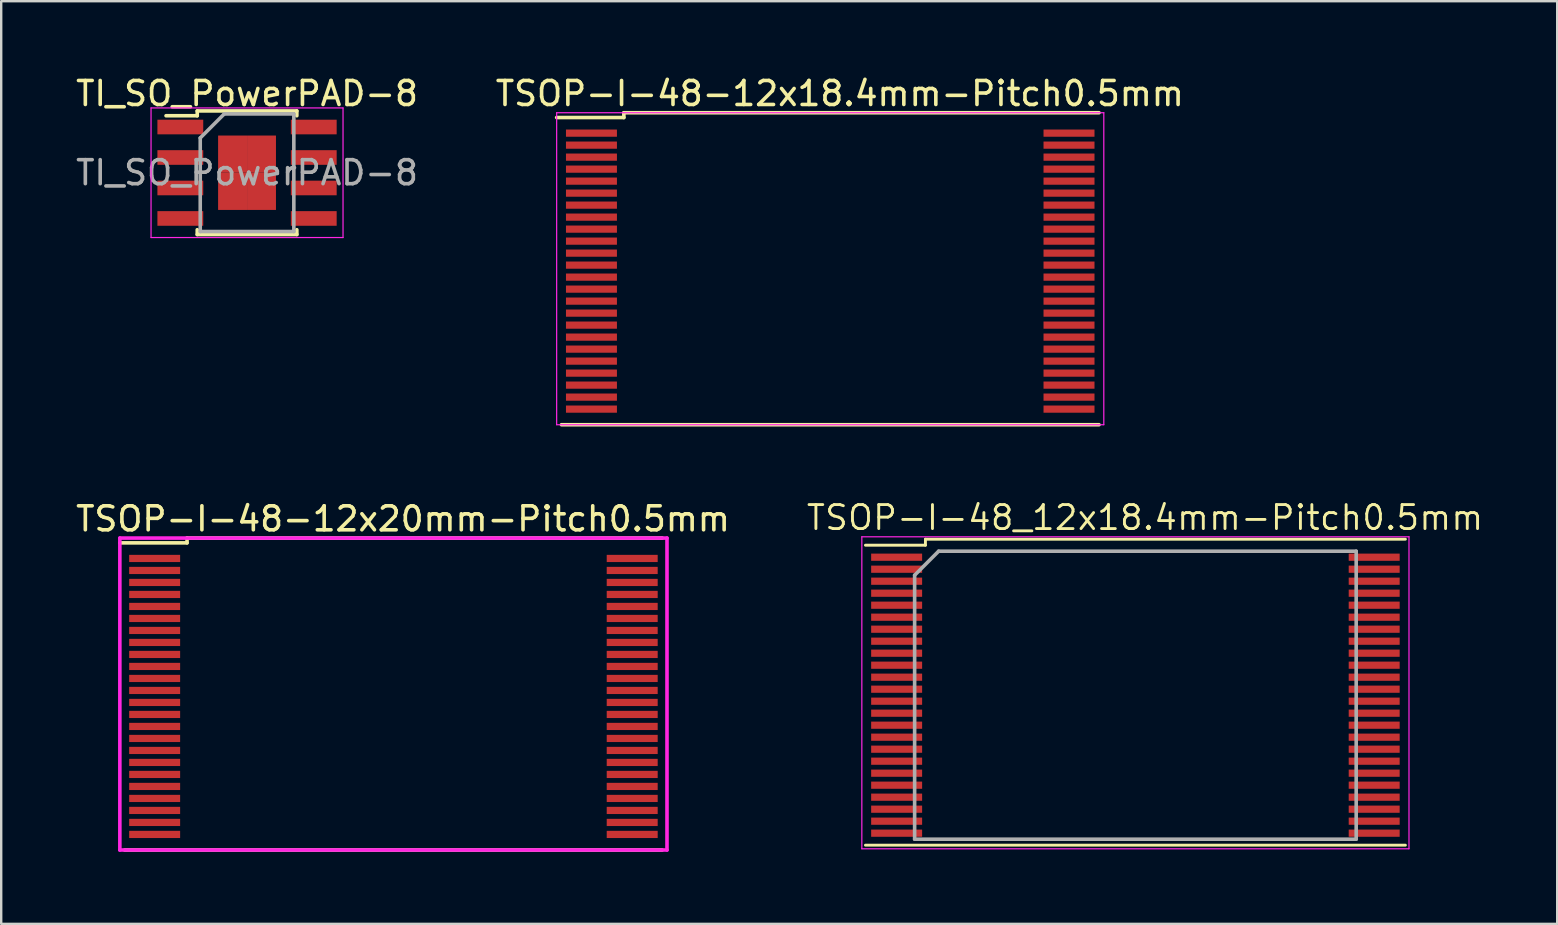
<source format=kicad_pcb>
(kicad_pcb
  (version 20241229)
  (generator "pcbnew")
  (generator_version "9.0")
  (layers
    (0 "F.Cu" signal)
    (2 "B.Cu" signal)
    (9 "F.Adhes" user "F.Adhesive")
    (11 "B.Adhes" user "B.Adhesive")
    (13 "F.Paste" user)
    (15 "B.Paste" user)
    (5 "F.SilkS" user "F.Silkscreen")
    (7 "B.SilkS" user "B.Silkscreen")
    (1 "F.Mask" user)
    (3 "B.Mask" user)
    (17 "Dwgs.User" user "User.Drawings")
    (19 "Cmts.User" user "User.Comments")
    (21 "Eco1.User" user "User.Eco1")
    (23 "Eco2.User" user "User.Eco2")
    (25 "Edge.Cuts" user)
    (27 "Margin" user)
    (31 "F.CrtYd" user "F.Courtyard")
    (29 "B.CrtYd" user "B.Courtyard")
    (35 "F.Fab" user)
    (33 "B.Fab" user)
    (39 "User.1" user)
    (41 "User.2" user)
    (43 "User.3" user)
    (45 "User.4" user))
  (footprint "TSOP-I-48-12x20mm-Pitch0.5mm"
    (layer "F.Cu")
    (at 13.344 25.971)
    (property "Reference" "TSOP-I-48-12x20mm-Pitch0.5mm" (at 0.4 -7.4 0) (layer "F.SilkS") (effects (font (size 1 1) (thickness 0.15))))
    (attr through_hole)
    (fp_line (start -11.4 -6.4) (end -8.6 -6.4) (stroke (width 0.15) (type solid)) (layer "F.SilkS"))
    (fp_line (start -11.2 6.4) (end 11.2 6.4) (stroke (width 0.15) (type solid)) (layer "F.SilkS"))
    (fp_line (start -8.6 -6.6) (end 11.2 -6.6) (stroke (width 0.15) (type solid)) (layer "F.SilkS"))
    (fp_line (start -8.6 -6.4) (end -8.6 -6.6) (stroke (width 0.15) (type solid)) (layer "F.SilkS"))
    (fp_line (start -11.4 -6.6) (end -11.4 6.4) (stroke (width 0.15) (type solid)) (layer "F.CrtYd"))
    (fp_line (start -11.4 6.4) (end 11.4 6.4) (stroke (width 0.15) (type solid)) (layer "F.CrtYd"))
    (fp_line (start 11.4 -6.6) (end -11.4 -6.6) (stroke (width 0.15) (type solid)) (layer "F.CrtYd"))
    (fp_line (start 11.4 6.4) (end 11.4 -6.6) (stroke (width 0.15) (type solid)) (layer "F.CrtYd"))
    (pad "1" smd rect (at -9.95 -5.75) (size 2.124 0.3) (layers "F.Cu" "F.Mask" "F.Paste"))
    (pad "2" smd rect (at -9.95 -5.25) (size 2.124 0.3) (layers "F.Cu" "F.Mask" "F.Paste"))
    (pad "3" smd rect (at -9.95 -4.75) (size 2.124 0.3) (layers "F.Cu" "F.Mask" "F.Paste"))
    (pad "4" smd rect (at -9.95 -4.25) (size 2.124 0.3) (layers "F.Cu" "F.Mask" "F.Paste"))
    (pad "5" smd rect (at -9.95 -3.75) (size 2.124 0.3) (layers "F.Cu" "F.Mask" "F.Paste"))
    (pad "6" smd rect (at -9.95 -3.25) (size 2.124 0.3) (layers "F.Cu" "F.Mask" "F.Paste"))
    (pad "7" smd rect (at -9.95 -2.75) (size 2.124 0.3) (layers "F.Cu" "F.Mask" "F.Paste"))
    (pad "8" smd rect (at -9.95 -2.25) (size 2.124 0.3) (layers "F.Cu" "F.Mask" "F.Paste"))
    (pad "9" smd rect (at -9.95 -1.75) (size 2.124 0.3) (layers "F.Cu" "F.Mask" "F.Paste"))
    (pad "10" smd rect (at -9.95 -1.25) (size 2.124 0.3) (layers "F.Cu" "F.Mask" "F.Paste"))
    (pad "11" smd rect (at -9.95 -0.75) (size 2.124 0.3) (layers "F.Cu" "F.Mask" "F.Paste"))
    (pad "12" smd rect (at -9.95 -0.25) (size 2.124 0.3) (layers "F.Cu" "F.Mask" "F.Paste"))
    (pad "13" smd rect (at -9.95 0.25) (size 2.124 0.3) (layers "F.Cu" "F.Mask" "F.Paste"))
    (pad "14" smd rect (at -9.95 0.75) (size 2.124 0.3) (layers "F.Cu" "F.Mask" "F.Paste"))
    (pad "15" smd rect (at -9.95 1.25) (size 2.124 0.3) (layers "F.Cu" "F.Mask" "F.Paste"))
    (pad "16" smd rect (at -9.95 1.75) (size 2.124 0.3) (layers "F.Cu" "F.Mask" "F.Paste"))
    (pad "17" smd rect (at -9.95 2.25) (size 2.124 0.3) (layers "F.Cu" "F.Mask" "F.Paste"))
    (pad "18" smd rect (at -9.95 2.75) (size 2.124 0.3) (layers "F.Cu" "F.Mask" "F.Paste"))
    (pad "19" smd rect (at -9.95 3.25) (size 2.124 0.3) (layers "F.Cu" "F.Mask" "F.Paste"))
    (pad "20" smd rect (at -9.95 3.75) (size 2.124 0.3) (layers "F.Cu" "F.Mask" "F.Paste"))
    (pad "21" smd rect (at -9.95 4.25) (size 2.124 0.3) (layers "F.Cu" "F.Mask" "F.Paste"))
    (pad "22" smd rect (at -9.95 4.75) (size 2.124 0.3) (layers "F.Cu" "F.Mask" "F.Paste"))
    (pad "23" smd rect (at -9.95 5.25) (size 2.124 0.3) (layers "F.Cu" "F.Mask" "F.Paste"))
    (pad "24" smd rect (at -9.95 5.75) (size 2.124 0.3) (layers "F.Cu" "F.Mask" "F.Paste"))
    (pad "25" smd rect (at 9.95 -5.75) (size 2.124 0.3) (layers "F.Cu" "F.Mask" "F.Paste"))
    (pad "26" smd rect (at 9.95 -5.25) (size 2.124 0.3) (layers "F.Cu" "F.Mask" "F.Paste"))
    (pad "27" smd rect (at 9.95 -4.75) (size 2.124 0.3) (layers "F.Cu" "F.Mask" "F.Paste"))
    (pad "28" smd rect (at 9.95 -4.25) (size 2.124 0.3) (layers "F.Cu" "F.Mask" "F.Paste"))
    (pad "29" smd rect (at 9.95 -3.75) (size 2.124 0.3) (layers "F.Cu" "F.Mask" "F.Paste"))
    (pad "30" smd rect (at 9.95 -3.25) (size 2.124 0.3) (layers "F.Cu" "F.Mask" "F.Paste"))
    (pad "31" smd rect (at 9.95 -2.75) (size 2.124 0.3) (layers "F.Cu" "F.Mask" "F.Paste"))
    (pad "32" smd rect (at 9.95 -2.25) (size 2.124 0.3) (layers "F.Cu" "F.Mask" "F.Paste"))
    (pad "33" smd rect (at 9.95 -1.75) (size 2.124 0.3) (layers "F.Cu" "F.Mask" "F.Paste"))
    (pad "34" smd rect (at 9.95 -1.25) (size 2.124 0.3) (layers "F.Cu" "F.Mask" "F.Paste"))
    (pad "35" smd rect (at 9.95 -0.75) (size 2.124 0.3) (layers "F.Cu" "F.Mask" "F.Paste"))
    (pad "36" smd rect (at 9.95 -0.25) (size 2.124 0.3) (layers "F.Cu" "F.Mask" "F.Paste"))
    (pad "37" smd rect (at 9.95 0.25) (size 2.124 0.3) (layers "F.Cu" "F.Mask" "F.Paste"))
    (pad "38" smd rect (at 9.95 0.75) (size 2.124 0.3) (layers "F.Cu" "F.Mask" "F.Paste"))
    (pad "39" smd rect (at 9.95 1.25) (size 2.124 0.3) (layers "F.Cu" "F.Mask" "F.Paste"))
    (pad "40" smd rect (at 9.95 1.75) (size 2.124 0.3) (layers "F.Cu" "F.Mask" "F.Paste"))
    (pad "41" smd rect (at 9.95 2.25) (size 2.124 0.3) (layers "F.Cu" "F.Mask" "F.Paste"))
    (pad "42" smd rect (at 9.95 2.75) (size 2.124 0.3) (layers "F.Cu" "F.Mask" "F.Paste"))
    (pad "43" smd rect (at 9.95 3.25) (size 2.124 0.3) (layers "F.Cu" "F.Mask" "F.Paste"))
    (pad "44" smd rect (at 9.95 3.75) (size 2.124 0.3) (layers "F.Cu" "F.Mask" "F.Paste"))
    (pad "45" smd rect (at 9.95 4.25) (size 2.124 0.3) (layers "F.Cu" "F.Mask" "F.Paste"))
    (pad "46" smd rect (at 9.95 4.75) (size 2.124 0.3) (layers "F.Cu" "F.Mask" "F.Paste"))
    (pad "47" smd rect (at 9.95 5.25) (size 2.124 0.3) (layers "F.Cu" "F.Mask" "F.Paste"))
    (pad "48" smd rect (at 9.95 5.75) (size 2.124 0.3) (layers "F.Cu" "F.Mask" "F.Paste")))
  (footprint "TSOP-I-48-12x18.4mm-Pitch0.5mm"
    (layer "F.Cu")
    (at 31.546 8.248)
    (property "Reference" "TSOP-I-48-12x18.4mm-Pitch0.5mm" (at 0.4 -7.4 0) (layer "F.SilkS") (effects (font (size 1 1) (thickness 0.15))))
    (attr smd)
    (fp_line (start -11.4 -6.4) (end -8.6 -6.4) (stroke (width 0.15) (type solid)) (layer "F.SilkS"))
    (fp_line (start -11.2 6.4) (end 11.2 6.4) (stroke (width 0.15) (type solid)) (layer "F.SilkS"))
    (fp_line (start -8.6 -6.6) (end 11.2 -6.6) (stroke (width 0.15) (type solid)) (layer "F.SilkS"))
    (fp_line (start -8.6 -6.4) (end -8.6 -6.6) (stroke (width 0.15) (type solid)) (layer "F.SilkS"))
    (fp_line (start -11.4 -6.6) (end -11.4 6.4) (stroke (width 0.05) (type solid)) (layer "F.CrtYd"))
    (fp_line (start -11.4 6.4) (end 11.4 6.4) (stroke (width 0.05) (type solid)) (layer "F.CrtYd"))
    (fp_line (start 11.4 -6.6) (end -11.4 -6.6) (stroke (width 0.05) (type solid)) (layer "F.CrtYd"))
    (fp_line (start 11.4 6.4) (end 11.4 -6.6) (stroke (width 0.05) (type solid)) (layer "F.CrtYd"))
    (pad "1" smd rect (at -9.95 -5.75) (size 2.124 0.3) (layers "F.Cu" "F.Mask" "F.Paste"))
    (pad "2" smd rect (at -9.95 -5.25) (size 2.124 0.3) (layers "F.Cu" "F.Mask" "F.Paste"))
    (pad "3" smd rect (at -9.95 -4.75) (size 2.124 0.3) (layers "F.Cu" "F.Mask" "F.Paste"))
    (pad "4" smd rect (at -9.95 -4.25) (size 2.124 0.3) (layers "F.Cu" "F.Mask" "F.Paste"))
    (pad "5" smd rect (at -9.95 -3.75) (size 2.124 0.3) (layers "F.Cu" "F.Mask" "F.Paste"))
    (pad "6" smd rect (at -9.95 -3.25) (size 2.124 0.3) (layers "F.Cu" "F.Mask" "F.Paste"))
    (pad "7" smd rect (at -9.95 -2.75) (size 2.124 0.3) (layers "F.Cu" "F.Mask" "F.Paste"))
    (pad "8" smd rect (at -9.95 -2.25) (size 2.124 0.3) (layers "F.Cu" "F.Mask" "F.Paste"))
    (pad "9" smd rect (at -9.95 -1.75) (size 2.124 0.3) (layers "F.Cu" "F.Mask" "F.Paste"))
    (pad "10" smd rect (at -9.95 -1.25) (size 2.124 0.3) (layers "F.Cu" "F.Mask" "F.Paste"))
    (pad "11" smd rect (at -9.95 -0.75) (size 2.124 0.3) (layers "F.Cu" "F.Mask" "F.Paste"))
    (pad "12" smd rect (at -9.95 -0.25) (size 2.124 0.3) (layers "F.Cu" "F.Mask" "F.Paste"))
    (pad "13" smd rect (at -9.95 0.25) (size 2.124 0.3) (layers "F.Cu" "F.Mask" "F.Paste"))
    (pad "14" smd rect (at -9.95 0.75) (size 2.124 0.3) (layers "F.Cu" "F.Mask" "F.Paste"))
    (pad "15" smd rect (at -9.95 1.25) (size 2.124 0.3) (layers "F.Cu" "F.Mask" "F.Paste"))
    (pad "16" smd rect (at -9.95 1.75) (size 2.124 0.3) (layers "F.Cu" "F.Mask" "F.Paste"))
    (pad "17" smd rect (at -9.95 2.25) (size 2.124 0.3) (layers "F.Cu" "F.Mask" "F.Paste"))
    (pad "18" smd rect (at -9.95 2.75) (size 2.124 0.3) (layers "F.Cu" "F.Mask" "F.Paste"))
    (pad "19" smd rect (at -9.95 3.25) (size 2.124 0.3) (layers "F.Cu" "F.Mask" "F.Paste"))
    (pad "20" smd rect (at -9.95 3.75) (size 2.124 0.3) (layers "F.Cu" "F.Mask" "F.Paste"))
    (pad "21" smd rect (at -9.95 4.25) (size 2.124 0.3) (layers "F.Cu" "F.Mask" "F.Paste"))
    (pad "22" smd rect (at -9.95 4.75) (size 2.124 0.3) (layers "F.Cu" "F.Mask" "F.Paste"))
    (pad "23" smd rect (at -9.95 5.25) (size 2.124 0.3) (layers "F.Cu" "F.Mask" "F.Paste"))
    (pad "24" smd rect (at -9.95 5.75) (size 2.124 0.3) (layers "F.Cu" "F.Mask" "F.Paste"))
    (pad "25" smd rect (at 9.95 -5.75) (size 2.124 0.3) (layers "F.Cu" "F.Mask" "F.Paste"))
    (pad "26" smd rect (at 9.95 -5.25) (size 2.124 0.3) (layers "F.Cu" "F.Mask" "F.Paste"))
    (pad "27" smd rect (at 9.95 -4.75) (size 2.124 0.3) (layers "F.Cu" "F.Mask" "F.Paste"))
    (pad "28" smd rect (at 9.95 -4.25) (size 2.124 0.3) (layers "F.Cu" "F.Mask" "F.Paste"))
    (pad "29" smd rect (at 9.95 -3.75) (size 2.124 0.3) (layers "F.Cu" "F.Mask" "F.Paste"))
    (pad "30" smd rect (at 9.95 -3.25) (size 2.124 0.3) (layers "F.Cu" "F.Mask" "F.Paste"))
    (pad "31" smd rect (at 9.95 -2.75) (size 2.124 0.3) (layers "F.Cu" "F.Mask" "F.Paste"))
    (pad "32" smd rect (at 9.95 -2.25) (size 2.124 0.3) (layers "F.Cu" "F.Mask" "F.Paste"))
    (pad "33" smd rect (at 9.95 -1.75) (size 2.124 0.3) (layers "F.Cu" "F.Mask" "F.Paste"))
    (pad "34" smd rect (at 9.95 -1.25) (size 2.124 0.3) (layers "F.Cu" "F.Mask" "F.Paste"))
    (pad "35" smd rect (at 9.95 -0.75) (size 2.124 0.3) (layers "F.Cu" "F.Mask" "F.Paste"))
    (pad "36" smd rect (at 9.95 -0.25) (size 2.124 0.3) (layers "F.Cu" "F.Mask" "F.Paste"))
    (pad "37" smd rect (at 9.95 0.25) (size 2.124 0.3) (layers "F.Cu" "F.Mask" "F.Paste"))
    (pad "38" smd rect (at 9.95 0.75) (size 2.124 0.3) (layers "F.Cu" "F.Mask" "F.Paste"))
    (pad "39" smd rect (at 9.95 1.25) (size 2.124 0.3) (layers "F.Cu" "F.Mask" "F.Paste"))
    (pad "40" smd rect (at 9.95 1.75) (size 2.124 0.3) (layers "F.Cu" "F.Mask" "F.Paste"))
    (pad "41" smd rect (at 9.95 2.25) (size 2.124 0.3) (layers "F.Cu" "F.Mask" "F.Paste"))
    (pad "42" smd rect (at 9.95 2.75) (size 2.124 0.3) (layers "F.Cu" "F.Mask" "F.Paste"))
    (pad "43" smd rect (at 9.95 3.25) (size 2.124 0.3) (layers "F.Cu" "F.Mask" "F.Paste"))
    (pad "44" smd rect (at 9.95 3.75) (size 2.124 0.3) (layers "F.Cu" "F.Mask" "F.Paste"))
    (pad "45" smd rect (at 9.95 4.25) (size 2.124 0.3) (layers "F.Cu" "F.Mask" "F.Paste"))
    (pad "46" smd rect (at 9.95 4.75) (size 2.124 0.3) (layers "F.Cu" "F.Mask" "F.Paste"))
    (pad "47" smd rect (at 9.95 5.25) (size 2.124 0.3) (layers "F.Cu" "F.Mask" "F.Paste"))
    (pad "48" smd rect (at 9.95 5.75) (size 2.124 0.3) (layers "F.Cu" "F.Mask" "F.Paste")))
  (footprint "TI_SO_PowerPAD-8"
    (layer "F.Cu")
    (at 7.244 4.148)
    (property "Reference" "TI_SO_PowerPAD-8" (at 0 -3.3 0) (layer "F.SilkS") (effects (font (size 1 1) (thickness 0.15))))
    (attr smd)
    (fp_line (start -2.075 -2.575) (end -2.075 -2.375) (stroke (width 0.15) (type solid)) (layer "F.SilkS"))
    (fp_line (start -2.075 -2.575) (end 2.075 -2.575) (stroke (width 0.15) (type solid)) (layer "F.SilkS"))
    (fp_line (start -2.075 -2.375) (end -3.375 -2.375) (stroke (width 0.15) (type solid)) (layer "F.SilkS"))
    (fp_line (start -2.075 2.575) (end -2.075 2.375) (stroke (width 0.15) (type solid)) (layer "F.SilkS"))
    (fp_line (start -2.075 2.575) (end 2.075 2.575) (stroke (width 0.15) (type solid)) (layer "F.SilkS"))
    (fp_line (start 2.075 -2.575) (end 2.075 -2.375) (stroke (width 0.15) (type solid)) (layer "F.SilkS"))
    (fp_line (start 2.075 2.575) (end 2.075 2.375) (stroke (width 0.15) (type solid)) (layer "F.SilkS"))
    (fp_line (start -4 -2.7) (end -4 2.7) (stroke (width 0.05) (type solid)) (layer "F.CrtYd"))
    (fp_line (start -4 -2.7) (end 4 -2.7) (stroke (width 0.05) (type solid)) (layer "F.CrtYd"))
    (fp_line (start -4 2.7) (end 4 2.7) (stroke (width 0.05) (type solid)) (layer "F.CrtYd"))
    (fp_line (start 4 -2.7) (end 4 2.7) (stroke (width 0.05) (type solid)) (layer "F.CrtYd"))
    (fp_line (start -1.95 -1.45) (end -0.95 -2.45) (stroke (width 0.15) (type solid)) (layer "F.Fab"))
    (fp_line (start -1.95 2.45) (end -1.95 -1.45) (stroke (width 0.15) (type solid)) (layer "F.Fab"))
    (fp_line (start -0.95 -2.45) (end 1.95 -2.45) (stroke (width 0.15) (type solid)) (layer "F.Fab"))
    (fp_line (start 1.95 -2.45) (end 1.95 2.45) (stroke (width 0.15) (type solid)) (layer "F.Fab"))
    (fp_line (start 1.95 2.45) (end -1.95 2.45) (stroke (width 0.15) (type solid)) (layer "F.Fab"))
    (fp_text user "${REFERENCE}" (at 0 0 0) (layer "F.Fab") (effects (font (size 1 1) (thickness 0.15))))
    (pad "1" smd rect (at -2.78 -1.905) (size 1.91 0.61) (layers "F.Cu" "F.Mask" "F.Paste"))
    (pad "2" smd rect (at -2.78 -0.635) (size 1.91 0.61) (layers "F.Cu" "F.Mask" "F.Paste"))
    (pad "3" smd rect (at -2.78 0.635) (size 1.91 0.61) (layers "F.Cu" "F.Mask" "F.Paste"))
    (pad "4" smd rect (at -2.78 1.905) (size 1.91 0.61) (layers "F.Cu" "F.Mask" "F.Paste"))
    (pad "5" smd rect (at 2.78 1.905) (size 1.91 0.61) (layers "F.Cu" "F.Mask" "F.Paste"))
    (pad "6" smd rect (at 2.78 0.635) (size 1.91 0.61) (layers "F.Cu" "F.Mask" "F.Paste"))
    (pad "7" smd rect (at 2.78 -0.635) (size 1.91 0.61) (layers "F.Cu" "F.Mask" "F.Paste"))
    (pad "8" smd rect (at 2.78 -1.905) (size 1.91 0.61) (layers "F.Cu" "F.Mask" "F.Paste"))
    (pad "9" smd rect (at -0.603 -0.775) (size 1.205 1.55) (layers "F.Cu" "F.Mask" "F.Paste"))
    (pad "9" smd rect (at -0.603 0.775) (size 1.205 1.55) (layers "F.Cu" "F.Mask" "F.Paste"))
    (pad "9" smd rect (at 0.603 -0.775) (size 1.205 1.55) (layers "F.Cu" "F.Mask" "F.Paste"))
    (pad "9" smd rect (at 0.603 0.775) (size 1.205 1.55) (layers "F.Cu" "F.Mask" "F.Paste")))
  (footprint "TSOP-I-48_12x18.4mm-Pitch0.5mm"
    (layer "F.Cu")
    (at 44.263 25.919)
    (property "Reference" "TSOP-I-48_12x18.4mm-Pitch0.5mm" (at 0.4 -7.4 0) (layer "F.SilkS") (effects (font (size 1 1) (thickness 0.12))))
    (attr smd)
    (fp_line (start -11.25 -6.25) (end -8.75 -6.25) (stroke (width 0.12) (type solid)) (layer "F.SilkS"))
    (fp_line (start -11.25 6.25) (end 11.25 6.25) (stroke (width 0.12) (type solid)) (layer "F.SilkS"))
    (fp_line (start -8.75 -6.5) (end 11.25 -6.5) (stroke (width 0.12) (type solid)) (layer "F.SilkS"))
    (fp_line (start -8.75 -6.25) (end -8.75 -6.5) (stroke (width 0.12) (type solid)) (layer "F.SilkS"))
    (fp_line (start -11.4 -6.6) (end -11.4 6.4) (stroke (width 0.05) (type solid)) (layer "F.CrtYd"))
    (fp_line (start -11.4 6.4) (end 11.4 6.4) (stroke (width 0.05) (type solid)) (layer "F.CrtYd"))
    (fp_line (start 11.4 -6.6) (end -11.4 -6.6) (stroke (width 0.05) (type solid)) (layer "F.CrtYd"))
    (fp_line (start 11.4 6.4) (end 11.4 -6.6) (stroke (width 0.05) (type solid)) (layer "F.CrtYd"))
    (fp_line (start -9.2 -5) (end -8.2 -6) (stroke (width 0.15) (type solid)) (layer "F.Fab"))
    (fp_line (start -9.2 6) (end -9.2 -5) (stroke (width 0.15) (type solid)) (layer "F.Fab"))
    (fp_line (start -8.2 -6) (end 9.2 -6) (stroke (width 0.15) (type solid)) (layer "F.Fab"))
    (fp_line (start 9.2 -6) (end 9.2 6) (stroke (width 0.15) (type solid)) (layer "F.Fab"))
    (fp_line (start 9.2 6) (end -9.2 6) (stroke (width 0.15) (type solid)) (layer "F.Fab"))
    (pad "1" smd rect (at -9.95 -5.75) (size 2.124 0.3) (layers "F.Cu" "F.Mask" "F.Paste"))
    (pad "2" smd rect (at -9.95 -5.25) (size 2.124 0.3) (layers "F.Cu" "F.Mask" "F.Paste"))
    (pad "3" smd rect (at -9.95 -4.75) (size 2.124 0.3) (layers "F.Cu" "F.Mask" "F.Paste"))
    (pad "4" smd rect (at -9.95 -4.25) (size 2.124 0.3) (layers "F.Cu" "F.Mask" "F.Paste"))
    (pad "5" smd rect (at -9.95 -3.75) (size 2.124 0.3) (layers "F.Cu" "F.Mask" "F.Paste"))
    (pad "6" smd rect (at -9.95 -3.25) (size 2.124 0.3) (layers "F.Cu" "F.Mask" "F.Paste"))
    (pad "7" smd rect (at -9.95 -2.75) (size 2.124 0.3) (layers "F.Cu" "F.Mask" "F.Paste"))
    (pad "8" smd rect (at -9.95 -2.25) (size 2.124 0.3) (layers "F.Cu" "F.Mask" "F.Paste"))
    (pad "9" smd rect (at -9.95 -1.75) (size 2.124 0.3) (layers "F.Cu" "F.Mask" "F.Paste"))
    (pad "10" smd rect (at -9.95 -1.25) (size 2.124 0.3) (layers "F.Cu" "F.Mask" "F.Paste"))
    (pad "11" smd rect (at -9.95 -0.75) (size 2.124 0.3) (layers "F.Cu" "F.Mask" "F.Paste"))
    (pad "12" smd rect (at -9.95 -0.25) (size 2.124 0.3) (layers "F.Cu" "F.Mask" "F.Paste"))
    (pad "13" smd rect (at -9.95 0.25) (size 2.124 0.3) (layers "F.Cu" "F.Mask" "F.Paste"))
    (pad "14" smd rect (at -9.95 0.75) (size 2.124 0.3) (layers "F.Cu" "F.Mask" "F.Paste"))
    (pad "15" smd rect (at -9.95 1.25) (size 2.124 0.3) (layers "F.Cu" "F.Mask" "F.Paste"))
    (pad "16" smd rect (at -9.95 1.75) (size 2.124 0.3) (layers "F.Cu" "F.Mask" "F.Paste"))
    (pad "17" smd rect (at -9.95 2.25) (size 2.124 0.3) (layers "F.Cu" "F.Mask" "F.Paste"))
    (pad "18" smd rect (at -9.95 2.75) (size 2.124 0.3) (layers "F.Cu" "F.Mask" "F.Paste"))
    (pad "19" smd rect (at -9.95 3.25) (size 2.124 0.3) (layers "F.Cu" "F.Mask" "F.Paste"))
    (pad "20" smd rect (at -9.95 3.75) (size 2.124 0.3) (layers "F.Cu" "F.Mask" "F.Paste"))
    (pad "21" smd rect (at -9.95 4.25) (size 2.124 0.3) (layers "F.Cu" "F.Mask" "F.Paste"))
    (pad "22" smd rect (at -9.95 4.75) (size 2.124 0.3) (layers "F.Cu" "F.Mask" "F.Paste"))
    (pad "23" smd rect (at -9.95 5.25) (size 2.124 0.3) (layers "F.Cu" "F.Mask" "F.Paste"))
    (pad "24" smd rect (at -9.95 5.75) (size 2.124 0.3) (layers "F.Cu" "F.Mask" "F.Paste"))
    (pad "25" smd rect (at 9.95 5.75) (size 2.124 0.3) (layers "F.Cu" "F.Mask" "F.Paste"))
    (pad "26" smd rect (at 9.95 5.25) (size 2.124 0.3) (layers "F.Cu" "F.Mask" "F.Paste"))
    (pad "27" smd rect (at 9.95 4.75) (size 2.124 0.3) (layers "F.Cu" "F.Mask" "F.Paste"))
    (pad "28" smd rect (at 9.95 4.25) (size 2.124 0.3) (layers "F.Cu" "F.Mask" "F.Paste"))
    (pad "29" smd rect (at 9.95 3.75) (size 2.124 0.3) (layers "F.Cu" "F.Mask" "F.Paste"))
    (pad "30" smd rect (at 9.95 3.25) (size 2.124 0.3) (layers "F.Cu" "F.Mask" "F.Paste"))
    (pad "31" smd rect (at 9.95 2.75) (size 2.124 0.3) (layers "F.Cu" "F.Mask" "F.Paste"))
    (pad "32" smd rect (at 9.95 -2.75) (size 2.124 0.3) (layers "F.Cu" "F.Mask" "F.Paste"))
    (pad "32" smd rect (at 9.95 2.25) (size 2.124 0.3) (layers "F.Cu" "F.Mask" "F.Paste"))
    (pad "33" smd rect (at 9.95 1.75) (size 2.124 0.3) (layers "F.Cu" "F.Mask" "F.Paste"))
    (pad "34" smd rect (at 9.95 1.25) (size 2.124 0.3) (layers "F.Cu" "F.Mask" "F.Paste"))
    (pad "35" smd rect (at 9.95 0.75) (size 2.124 0.3) (layers "F.Cu" "F.Mask" "F.Paste"))
    (pad "36" smd rect (at 9.95 0.25) (size 2.124 0.3) (layers "F.Cu" "F.Mask" "F.Paste"))
    (pad "37" smd rect (at 9.95 -0.25) (size 2.124 0.3) (layers "F.Cu" "F.Mask" "F.Paste"))
    (pad "38" smd rect (at 9.95 -0.75) (size 2.124 0.3) (layers "F.Cu" "F.Mask" "F.Paste"))
    (pad "39" smd rect (at 9.95 -1.25) (size 2.124 0.3) (layers "F.Cu" "F.Mask" "F.Paste"))
    (pad "40" smd rect (at 9.95 -1.75) (size 2.124 0.3) (layers "F.Cu" "F.Mask" "F.Paste"))
    (pad "41" smd rect (at 9.95 -2.25) (size 2.124 0.3) (layers "F.Cu" "F.Mask" "F.Paste"))
    (pad "43" smd rect (at 9.95 -3.25) (size 2.124 0.3) (layers "F.Cu" "F.Mask" "F.Paste"))
    (pad "44" smd rect (at 9.95 -3.75) (size 2.124 0.3) (layers "F.Cu" "F.Mask" "F.Paste"))
    (pad "45" smd rect (at 9.95 -4.25) (size 2.124 0.3) (layers "F.Cu" "F.Mask" "F.Paste"))
    (pad "46" smd rect (at 9.95 -4.75) (size 2.124 0.3) (layers "F.Cu" "F.Mask" "F.Paste"))
    (pad "47" smd rect (at 9.95 -5.25) (size 2.124 0.3) (layers "F.Cu" "F.Mask" "F.Paste"))
    (pad "48" smd rect (at 9.95 -5.75) (size 2.124 0.3) (layers "F.Cu" "F.Mask" "F.Paste")))
  (gr_rect
    (start -3 -3)
    (end 61.839 35.447)
    (stroke (width 0.1) (type default))
    (fill no)
    (layer "Edge.Cuts")))
</source>
